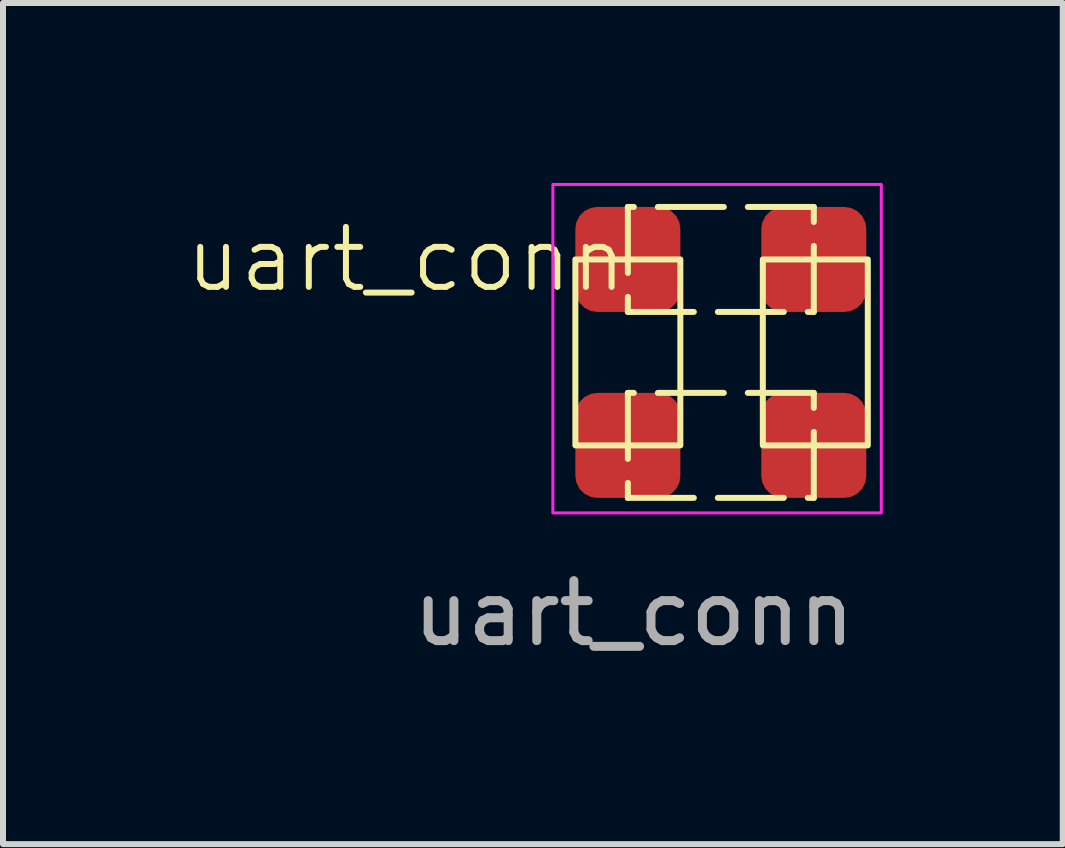
<source format=kicad_pcb>
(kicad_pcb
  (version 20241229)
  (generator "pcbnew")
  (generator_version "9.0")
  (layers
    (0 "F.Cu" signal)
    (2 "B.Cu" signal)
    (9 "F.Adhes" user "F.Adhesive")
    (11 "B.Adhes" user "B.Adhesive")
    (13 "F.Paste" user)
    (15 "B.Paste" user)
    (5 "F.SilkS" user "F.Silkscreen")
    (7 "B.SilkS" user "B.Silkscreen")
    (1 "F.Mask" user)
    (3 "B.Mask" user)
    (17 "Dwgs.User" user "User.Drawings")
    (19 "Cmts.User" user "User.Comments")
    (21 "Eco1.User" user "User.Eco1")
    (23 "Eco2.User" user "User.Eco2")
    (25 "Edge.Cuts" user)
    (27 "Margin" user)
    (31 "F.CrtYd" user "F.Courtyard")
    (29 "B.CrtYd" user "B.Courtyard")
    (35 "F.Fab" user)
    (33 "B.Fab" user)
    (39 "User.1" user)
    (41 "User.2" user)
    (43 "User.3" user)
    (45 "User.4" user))
  (footprint "uart_conn"
    (layer "F.Cu")
    (at 7.417 1.275)
    (property "Reference" "uart_conn" (at -3.7 0 0) (unlocked yes) (layer "F.SilkS") (effects (font (size 1 1) (thickness 0.1))))
    (attr smd)
    (fp_rect (start 0 0.875) (end 3.1 -0.875) (stroke (width 0.1) (type dash)) (fill no) (layer "F.SilkS"))
    (fp_rect (start 0 3.975) (end 3.1 2.225) (stroke (width 0.1) (type dash)) (fill no) (layer "F.SilkS"))
    (fp_rect (start 0.875 3.1) (end -0.875 0) (stroke (width 0.1) (type solid)) (fill no) (layer "F.SilkS"))
    (fp_rect (start 4 3.1) (end 2.25 0) (stroke (width 0.1) (type solid)) (fill no) (layer "F.SilkS"))
    (fp_rect (start -1.25 -1.25) (end 4.225 4.225) (stroke (width 0.05) (type default)) (fill no) (layer "F.CrtYd"))
    (fp_text user "${REFERENCE}" (at 0.1 5.9 0) (unlocked yes) (layer "F.Fab") (effects (font (size 1 1) (thickness 0.15))))
    (pad "1" smd roundrect (at 0 0) (size 1.75 1.75) (layers "F.Cu" "F.Mask" "F.Paste") (roundrect_rratio 0.208))
    (pad "2" smd roundrect (at 0 3.1) (size 1.75 1.75) (layers "F.Cu" "F.Mask" "F.Paste") (roundrect_rratio 0.208))
    (pad "3" smd roundrect (at 3.1 0) (size 1.75 1.75) (layers "F.Cu" "F.Mask" "F.Paste") (roundrect_rratio 0.208))
    (pad "4" smd roundrect (at 3.1 3.1) (size 1.75 1.75) (layers "F.Cu" "F.Mask" "F.Paste") (roundrect_rratio 0.208)))
  (gr_rect
    (start -3 -3)
    (end 14.667 11.023)
    (stroke (width 0.1) (type default))
    (fill no)
    (layer "Edge.Cuts")))
</source>
